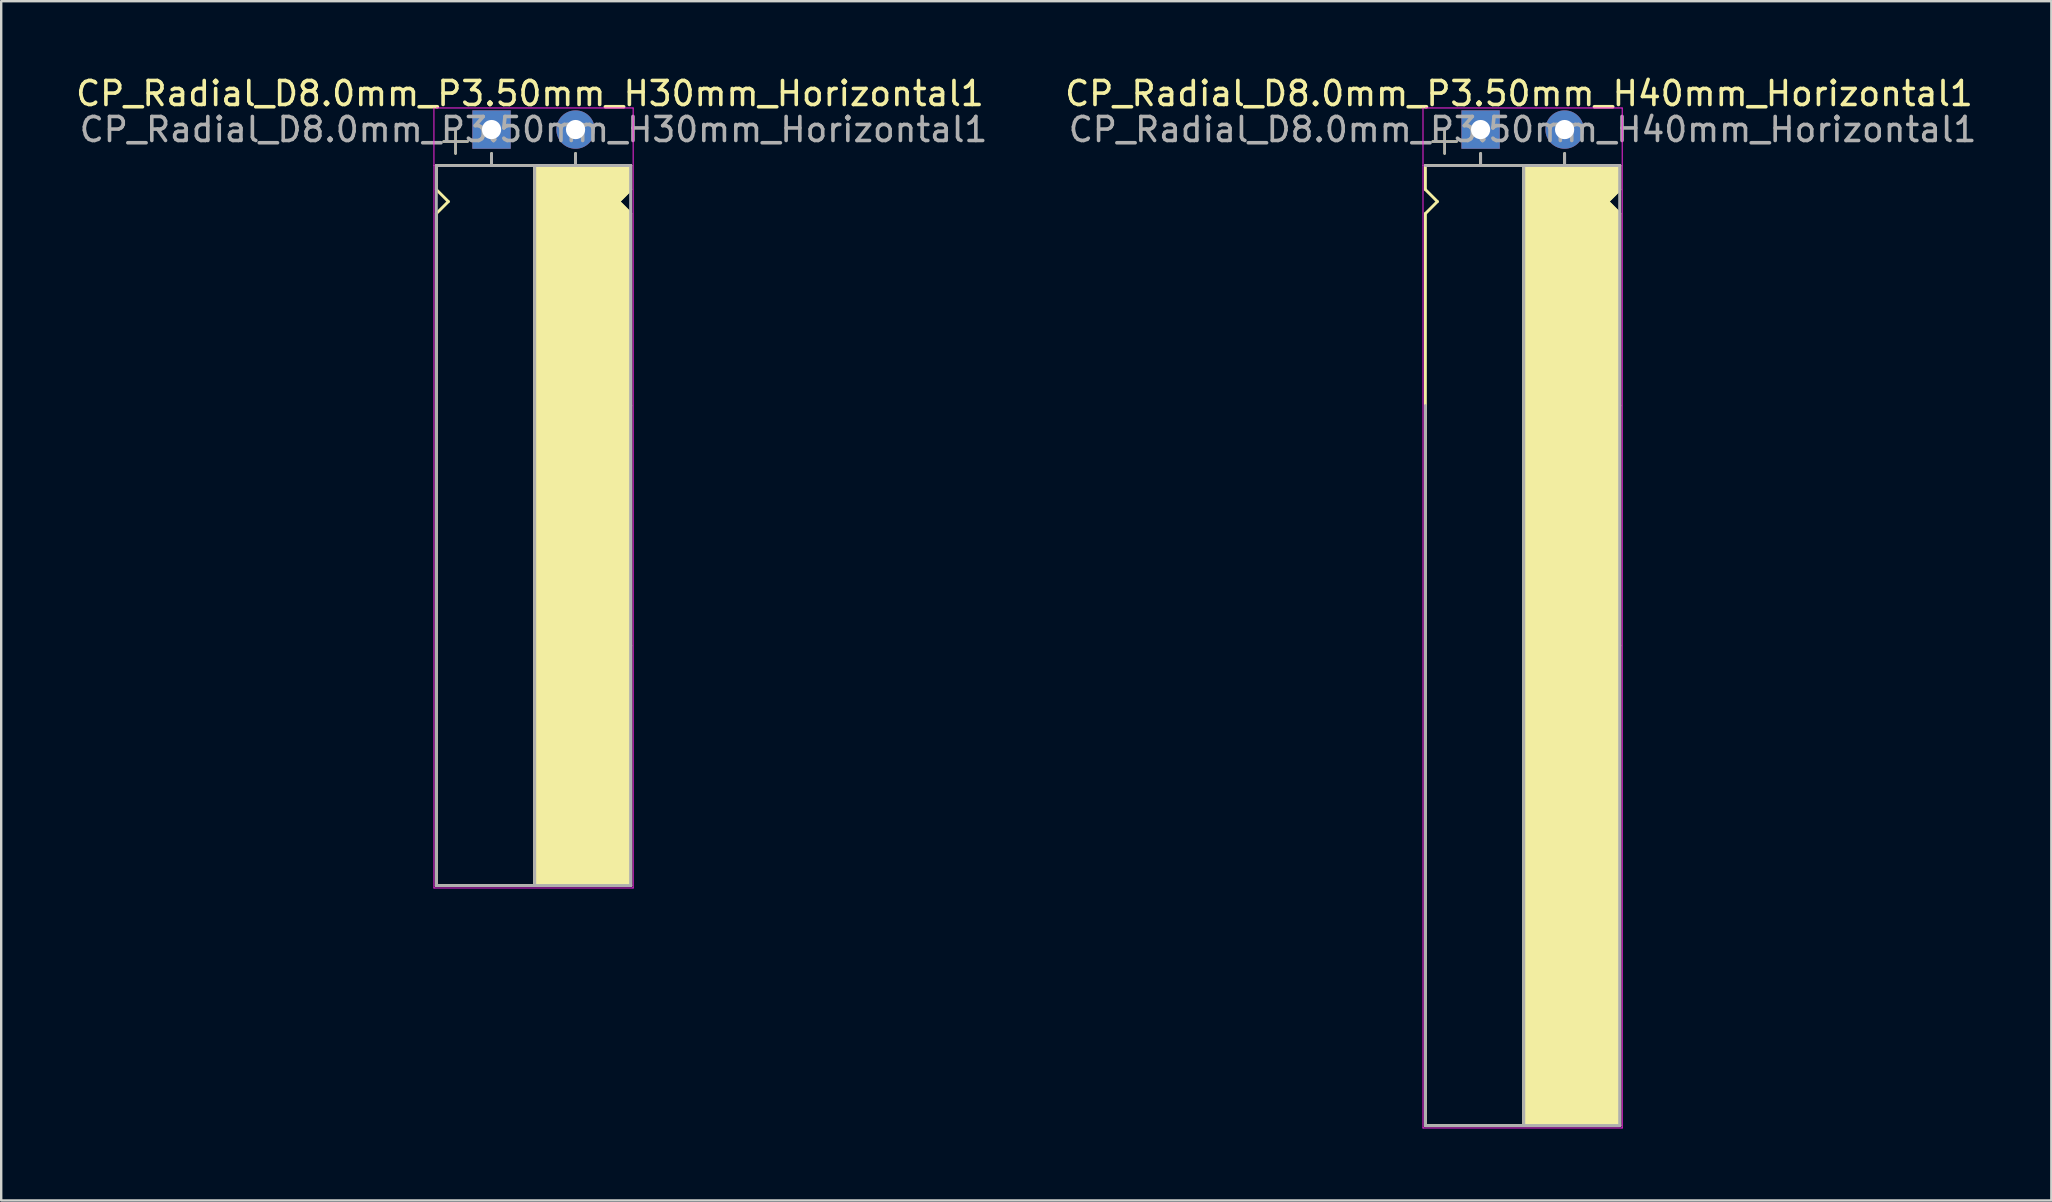
<source format=kicad_pcb>
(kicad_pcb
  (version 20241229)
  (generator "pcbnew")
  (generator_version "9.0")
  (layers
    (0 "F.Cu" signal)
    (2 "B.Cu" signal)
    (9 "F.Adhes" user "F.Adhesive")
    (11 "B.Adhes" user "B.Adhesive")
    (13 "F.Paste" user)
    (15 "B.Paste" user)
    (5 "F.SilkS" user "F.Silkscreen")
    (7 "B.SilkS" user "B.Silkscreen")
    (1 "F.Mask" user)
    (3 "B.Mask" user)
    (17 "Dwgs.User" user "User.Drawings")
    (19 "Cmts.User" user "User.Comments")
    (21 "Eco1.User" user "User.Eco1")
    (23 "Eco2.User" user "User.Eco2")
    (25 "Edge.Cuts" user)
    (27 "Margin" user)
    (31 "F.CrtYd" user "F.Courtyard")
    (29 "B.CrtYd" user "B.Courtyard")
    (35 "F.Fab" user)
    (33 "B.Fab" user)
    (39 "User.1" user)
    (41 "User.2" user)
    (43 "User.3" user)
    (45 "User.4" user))
  (footprint "CP_Radial_D8.0mm_P3.50mm_H30mm_Horizontal1"
    (layer "F.Cu")
    (at 17.43 2.348)
    (property "Reference" "CP_Radial_D8.0mm_P3.50mm_H30mm_Horizontal1" (at 1.6 -1.5 0) (layer "F.SilkS") (effects (font (size 1 1) (thickness 0.15))))
    (attr through_hole)
    (fp_line (start -2.3 1.5) (end 5.8 1.5) (stroke (width 0.12) (type solid)) (layer "F.SilkS"))
    (fp_line (start -2.3 2.5) (end -2.3 1.5) (stroke (width 0.12) (type solid)) (layer "F.SilkS"))
    (fp_line (start -2.3 3.5) (end -2.3 31.5) (stroke (width 0.12) (type solid)) (layer "F.SilkS"))
    (fp_line (start -2.3 3.5) (end -1.8 3) (stroke (width 0.12) (type solid)) (layer "F.SilkS"))
    (fp_line (start -2.3 31.5) (end 5.8 31.5) (stroke (width 0.12) (type solid)) (layer "F.SilkS"))
    (fp_line (start -2 0.5) (end -1 0.5) (stroke (width 0.1) (type solid)) (layer "F.SilkS"))
    (fp_line (start -1.8 3) (end -2.3 2.5) (stroke (width 0.12) (type solid)) (layer "F.SilkS"))
    (fp_line (start -1.5 1) (end -1.5 0) (stroke (width 0.1) (type solid)) (layer "F.SilkS"))
    (fp_line (start 0 1) (end 0 1.5) (stroke (width 0.12) (type solid)) (layer "F.SilkS"))
    (fp_line (start 1.8 31.5) (end 1.8 1.5) (stroke (width 0.12) (type solid)) (layer "F.SilkS"))
    (fp_line (start 3.5 1) (end 3.5 1.5) (stroke (width 0.12) (type solid)) (layer "F.SilkS"))
    (fp_line (start 5.3 3) (end 5.8 2.5) (stroke (width 0.12) (type solid)) (layer "F.SilkS"))
    (fp_line (start 5.8 2.5) (end 5.8 1.5) (stroke (width 0.12) (type solid)) (layer "F.SilkS"))
    (fp_line (start 5.8 3.5) (end 5.3 3) (stroke (width 0.12) (type solid)) (layer "F.SilkS"))
    (fp_line (start 5.8 11.5) (end 5.8 3.5) (stroke (width 0.12) (type solid)) (layer "F.SilkS"))
    (fp_line (start 5.8 11.5) (end 5.8 31.5) (stroke (width 0.12) (type solid)) (layer "F.SilkS"))
    (fp_line (start 5.8 21.5) (end 5.7 21.5) (stroke (width 0.12) (type solid)) (layer "F.SilkS"))
    (fp_poly (pts (xy 5.8 2.5) (xy 5.3 3) (xy 5.8 3.5) (xy 5.8 31.5) (xy 1.8 31.5) (xy 1.8 1.5) (xy 5.8 1.5)) (stroke (width 0.1) (type solid)) (fill yes) (layer "F.SilkS"))
    (fp_line (start -2.4 1.5) (end -2.4 -0.9) (stroke (width 0.04) (type solid)) (layer "F.CrtYd"))
    (fp_line (start -2.4 31.6) (end -2.4 1.5) (stroke (width 0.04) (type solid)) (layer "F.CrtYd"))
    (fp_line (start -2.3 -0.9) (end 5.9 -0.9) (stroke (width 0.04) (type solid)) (layer "F.CrtYd"))
    (fp_line (start 5.9 -0.9) (end 5.9 31.6) (stroke (width 0.04) (type solid)) (layer "F.CrtYd"))
    (fp_line (start 5.9 31.6) (end -2.4 31.6) (stroke (width 0.04) (type solid)) (layer "F.CrtYd"))
    (fp_line (start -2.3 1.5) (end 5.8 1.5) (stroke (width 0.12) (type solid)) (layer "F.Fab"))
    (fp_line (start -2.3 31.5) (end -2.3 1.5) (stroke (width 0.12) (type solid)) (layer "F.Fab"))
    (fp_line (start -2 0.5) (end -1 0.5) (stroke (width 0.1) (type solid)) (layer "F.Fab"))
    (fp_line (start -1.5 1) (end -1.5 0) (stroke (width 0.1) (type solid)) (layer "F.Fab"))
    (fp_line (start 0 1.5) (end 0 1) (stroke (width 0.12) (type solid)) (layer "F.Fab"))
    (fp_line (start 1.8 1.5) (end 1.8 31.5) (stroke (width 0.12) (type solid)) (layer "F.Fab"))
    (fp_line (start 3.5 1.5) (end 3.5 1) (stroke (width 0.12) (type solid)) (layer "F.Fab"))
    (fp_line (start 5.8 1.5) (end 5.8 31.5) (stroke (width 0.12) (type solid)) (layer "F.Fab"))
    (fp_line (start 5.8 31.5) (end -2.3 31.5) (stroke (width 0.12) (type solid)) (layer "F.Fab"))
    (fp_poly (pts (xy 5.8 31.5) (xy 1.8 31.5) (xy 1.8 1.5) (xy 5.8 1.5)) (stroke (width 0.1) (type solid)) (fill no) (layer "F.Fab"))
    (fp_text user "${REFERENCE}" (at 1.75 0 0) (layer "F.Fab") (effects (font (size 1 1) (thickness 0.15))))
    (pad "1" thru_hole rect (at 0 0) (size 1.6 1.6) (drill 0.8) (layers "*.Cu" "*.Mask"))
    (pad "2" thru_hole circle (at 3.5 0) (size 1.6 1.6) (drill 0.8) (layers "*.Cu" "*.Mask")))
  (footprint "CP_Radial_D8.0mm_P3.50mm_H40mm_Horizontal1"
    (layer "F.Cu")
    (at 58.639 2.348)
    (property "Reference" "CP_Radial_D8.0mm_P3.50mm_H40mm_Horizontal1" (at 1.6 -1.5 0) (layer "F.SilkS") (effects (font (size 1 1) (thickness 0.15))))
    (attr through_hole)
    (fp_line (start -2.3 1.5) (end 5.8 1.5) (stroke (width 0.12) (type solid)) (layer "F.SilkS"))
    (fp_line (start -2.3 2.5) (end -2.3 1.5) (stroke (width 0.12) (type solid)) (layer "F.SilkS"))
    (fp_line (start -2.3 3.5) (end -2.3 41.5) (stroke (width 0.12) (type solid)) (layer "F.SilkS"))
    (fp_line (start -2.3 3.5) (end -1.8 3) (stroke (width 0.12) (type solid)) (layer "F.SilkS"))
    (fp_line (start -2.3 41.5) (end 5.8 41.5) (stroke (width 0.12) (type solid)) (layer "F.SilkS"))
    (fp_line (start -2 0.5) (end -1 0.5) (stroke (width 0.1) (type solid)) (layer "F.SilkS"))
    (fp_line (start -1.8 3) (end -2.3 2.5) (stroke (width 0.12) (type solid)) (layer "F.SilkS"))
    (fp_line (start -1.5 1) (end -1.5 0) (stroke (width 0.1) (type solid)) (layer "F.SilkS"))
    (fp_line (start 0 1) (end 0 1.5) (stroke (width 0.12) (type solid)) (layer "F.SilkS"))
    (fp_line (start 1.8 41.5) (end 1.8 1.5) (stroke (width 0.12) (type solid)) (layer "F.SilkS"))
    (fp_line (start 3.5 1) (end 3.5 1.5) (stroke (width 0.12) (type solid)) (layer "F.SilkS"))
    (fp_line (start 5.3 3) (end 5.8 2.5) (stroke (width 0.12) (type solid)) (layer "F.SilkS"))
    (fp_line (start 5.8 2.5) (end 5.8 1.5) (stroke (width 0.12) (type solid)) (layer "F.SilkS"))
    (fp_line (start 5.8 3.5) (end 5.3 3) (stroke (width 0.12) (type solid)) (layer "F.SilkS"))
    (fp_line (start 5.8 11.5) (end 5.8 3.5) (stroke (width 0.12) (type solid)) (layer "F.SilkS"))
    (fp_line (start 5.8 11.5) (end 5.8 41.5) (stroke (width 0.12) (type solid)) (layer "F.SilkS"))
    (fp_line (start 5.8 21.5) (end 5.7 21.5) (stroke (width 0.12) (type solid)) (layer "F.SilkS"))
    (fp_poly (pts (xy 5.8 2.5) (xy 5.3 3) (xy 5.8 3.5) (xy 5.8 41.5) (xy 1.8 41.5) (xy 1.8 1.5) (xy 5.8 1.5)) (stroke (width 0.1) (type solid)) (fill yes) (layer "F.SilkS"))
    (fp_line (start -2.4 1.5) (end -2.4 -0.9) (stroke (width 0.04) (type solid)) (layer "F.CrtYd"))
    (fp_line (start -2.4 41.6) (end -2.4 1.5) (stroke (width 0.04) (type solid)) (layer "F.CrtYd"))
    (fp_line (start -2.3 -0.9) (end 5.9 -0.9) (stroke (width 0.04) (type solid)) (layer "F.CrtYd"))
    (fp_line (start 5.9 -0.9) (end 5.9 41.6) (stroke (width 0.04) (type solid)) (layer "F.CrtYd"))
    (fp_line (start 5.9 41.6) (end -2.4 41.6) (stroke (width 0.04) (type solid)) (layer "F.CrtYd"))
    (fp_line (start -2.3 1.5) (end 5.8 1.5) (stroke (width 0.12) (type solid)) (layer "F.Fab"))
    (fp_line (start -2.3 41.5) (end -2.3 11.5) (stroke (width 0.12) (type solid)) (layer "F.Fab"))
    (fp_line (start -2 0.5) (end -1 0.5) (stroke (width 0.1) (type solid)) (layer "F.Fab"))
    (fp_line (start -1.5 1) (end -1.5 0) (stroke (width 0.1) (type solid)) (layer "F.Fab"))
    (fp_line (start 0 1.5) (end 0 1) (stroke (width 0.12) (type solid)) (layer "F.Fab"))
    (fp_line (start 1.8 1.5) (end 1.8 41.5) (stroke (width 0.12) (type solid)) (layer "F.Fab"))
    (fp_line (start 3.5 1.5) (end 3.5 1) (stroke (width 0.12) (type solid)) (layer "F.Fab"))
    (fp_line (start 5.8 1.5) (end 5.8 41.5) (stroke (width 0.12) (type solid)) (layer "F.Fab"))
    (fp_line (start 5.8 41.5) (end -2.3 41.5) (stroke (width 0.12) (type solid)) (layer "F.Fab"))
    (fp_poly (pts (xy 5.8 41.5) (xy 1.8 41.5) (xy 1.8 1.5) (xy 5.8 1.5)) (stroke (width 0.1) (type solid)) (fill no) (layer "F.Fab"))
    (fp_text user "${REFERENCE}" (at 1.75 0 0) (layer "F.Fab") (effects (font (size 1 1) (thickness 0.15))))
    (pad "1" thru_hole rect (at 0 0) (size 1.6 1.6) (drill 0.8) (layers "*.Cu" "*.Mask"))
    (pad "2" thru_hole circle (at 3.5 0) (size 1.6 1.6) (drill 0.8) (layers "*.Cu" "*.Mask")))
  (gr_rect
    (start -3 -3)
    (end 82.419 46.968)
    (stroke (width 0.1) (type default))
    (fill no)
    (layer "Edge.Cuts")))
</source>
